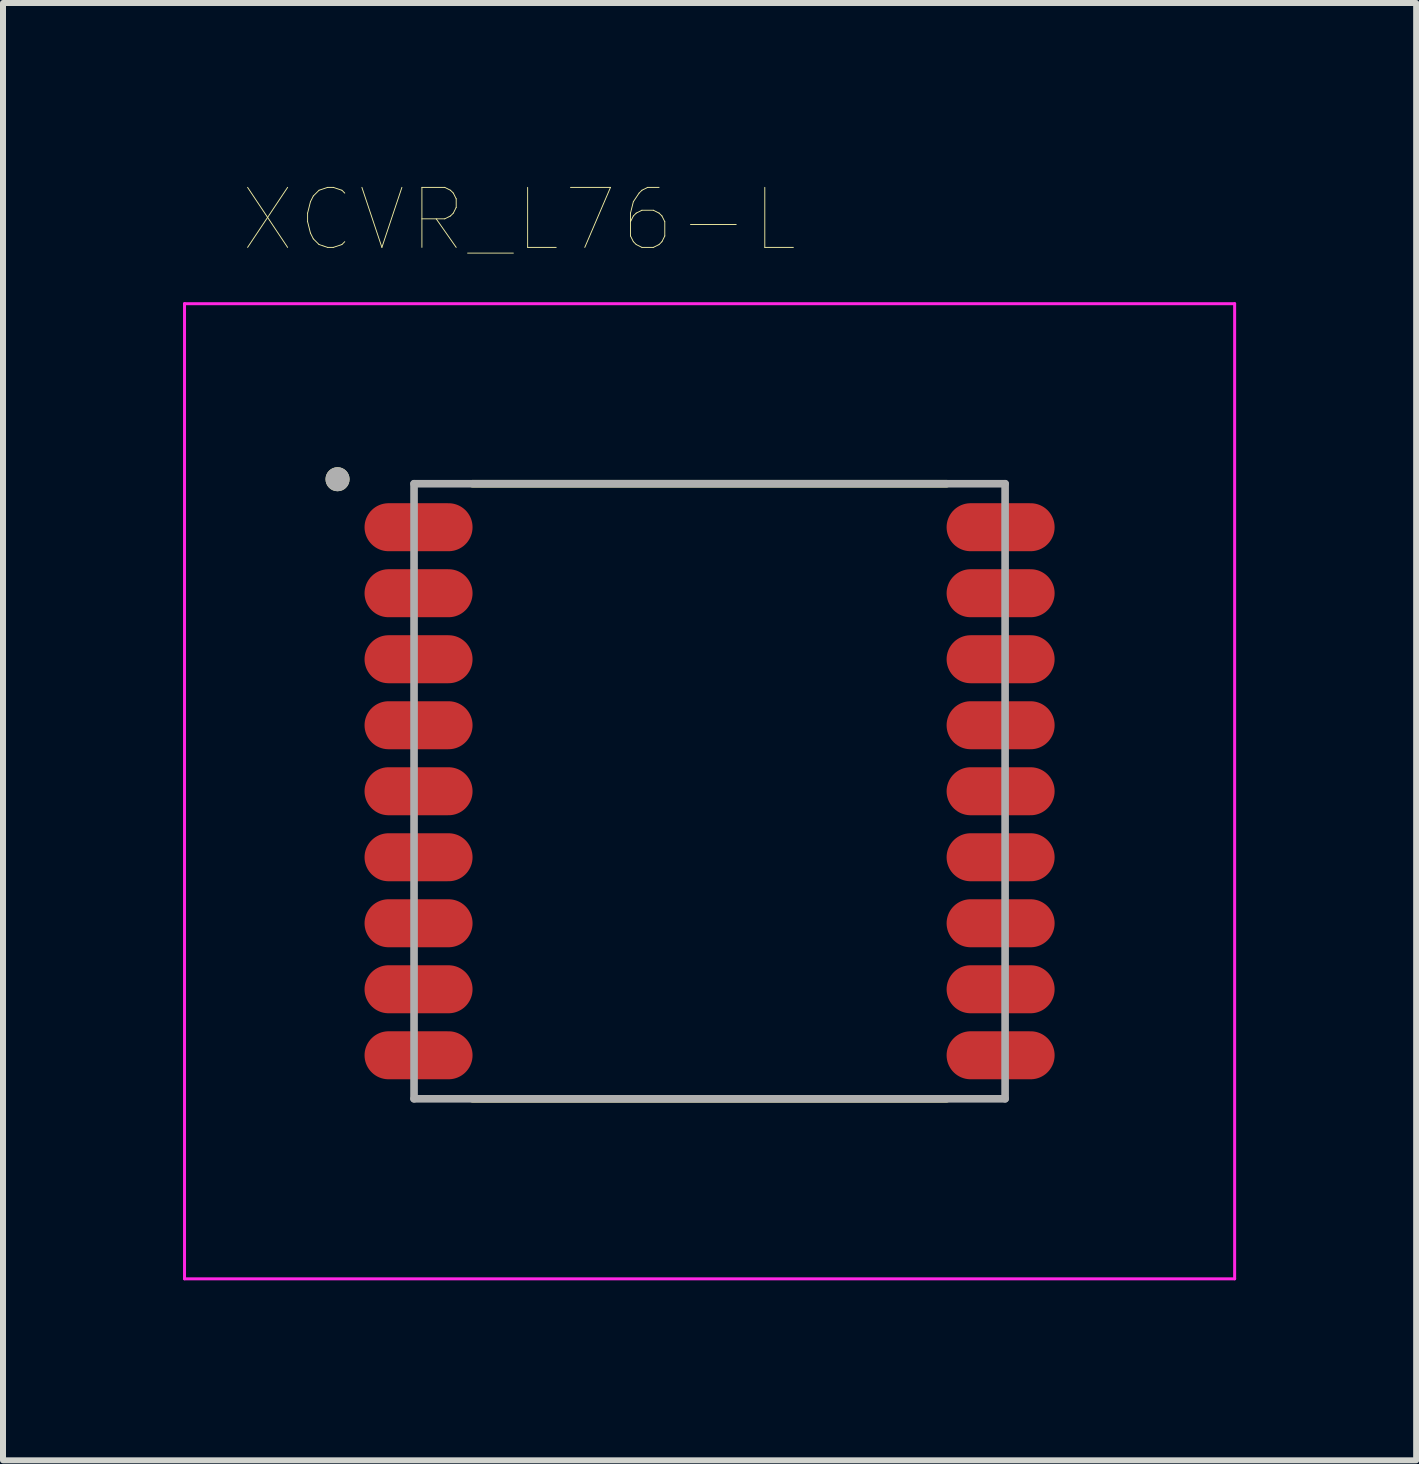
<source format=kicad_pcb>
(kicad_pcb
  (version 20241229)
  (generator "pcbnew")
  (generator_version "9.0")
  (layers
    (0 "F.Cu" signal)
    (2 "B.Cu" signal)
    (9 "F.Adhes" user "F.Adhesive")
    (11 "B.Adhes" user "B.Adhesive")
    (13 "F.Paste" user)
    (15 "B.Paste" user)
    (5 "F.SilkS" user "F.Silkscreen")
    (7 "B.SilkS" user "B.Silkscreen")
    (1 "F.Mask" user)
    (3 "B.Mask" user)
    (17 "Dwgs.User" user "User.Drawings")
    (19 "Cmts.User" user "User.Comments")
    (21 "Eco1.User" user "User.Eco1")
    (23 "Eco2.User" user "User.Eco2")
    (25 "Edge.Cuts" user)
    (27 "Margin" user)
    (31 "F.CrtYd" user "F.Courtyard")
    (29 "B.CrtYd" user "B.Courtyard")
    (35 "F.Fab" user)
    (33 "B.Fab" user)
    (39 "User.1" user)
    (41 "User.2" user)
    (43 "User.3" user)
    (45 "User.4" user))
  (footprint "XCVR_L76-L"
    (layer "F.Cu")
    (at 8.775 10.136)
    (property "Reference" "XCVR_L76-L" (at -3.175 -9.525 0) (layer "F.SilkS") (effects (font (size 1 1) (thickness 0.015))))
    (attr through_hole)
    (fp_line (start -3.95 -5.125) (end 3.95 -5.125) (stroke (width 0.127) (type solid)) (layer "F.SilkS"))
    (fp_line (start -3.95 5.125) (end 3.95 5.125) (stroke (width 0.127) (type solid)) (layer "F.SilkS"))
    (fp_circle (center -6.2 -5.2) (end -6.1 -5.2) (stroke (width 0.2) (type solid)) (fill no) (layer "F.SilkS"))
    (fp_poly (pts (xy -5.1 -4.8) (xy -4.45 -4.8) (xy -4.408 -4.798) (xy -4.367 -4.791) (xy -4.326 -4.78) (xy -4.287 -4.765) (xy -4.25 -4.746) (xy -4.215 -4.724) (xy -4.182 -4.697) (xy -4.153 -4.668) (xy -4.126 -4.635) (xy -4.104 -4.6) (xy -4.085 -4.563) (xy -4.07 -4.524) (xy -4.059 -4.483) (xy -4.052 -4.442) (xy -4.05 -4.4) (xy -4.052 -4.358) (xy -4.059 -4.317) (xy -4.07 -4.276) (xy -4.085 -4.237) (xy -4.104 -4.2) (xy -4.126 -4.165) (xy -4.153 -4.132) (xy -4.182 -4.103) (xy -4.215 -4.076) (xy -4.25 -4.054) (xy -4.287 -4.035) (xy -4.326 -4.02) (xy -4.367 -4.009) (xy -4.408 -4.002) (xy -4.45 -4) (xy -5.75 -4) (xy -5.792 -4.002) (xy -5.833 -4.009) (xy -5.874 -4.02) (xy -5.913 -4.035) (xy -5.95 -4.054) (xy -5.985 -4.076) (xy -6.018 -4.103) (xy -6.047 -4.132) (xy -6.074 -4.165) (xy -6.096 -4.2) (xy -6.115 -4.237) (xy -6.13 -4.276) (xy -6.141 -4.317) (xy -6.148 -4.358) (xy -6.15 -4.4) (xy -6.148 -4.442) (xy -6.141 -4.483) (xy -6.13 -4.524) (xy -6.115 -4.563) (xy -6.096 -4.6) (xy -6.074 -4.635) (xy -6.047 -4.668) (xy -6.018 -4.697) (xy -5.985 -4.724) (xy -5.95 -4.746) (xy -5.913 -4.765) (xy -5.874 -4.78) (xy -5.833 -4.791) (xy -5.792 -4.798) (xy -5.75 -4.8) (xy -5.1 -4.8)) (stroke (width 0.0001) (type solid)) (fill yes) (layer "F.Paste"))
    (fp_poly (pts (xy -5.1 -3.7) (xy -4.45 -3.7) (xy -4.408 -3.698) (xy -4.367 -3.691) (xy -4.326 -3.68) (xy -4.287 -3.665) (xy -4.25 -3.646) (xy -4.215 -3.624) (xy -4.182 -3.597) (xy -4.153 -3.568) (xy -4.126 -3.535) (xy -4.104 -3.5) (xy -4.085 -3.463) (xy -4.07 -3.424) (xy -4.059 -3.383) (xy -4.052 -3.342) (xy -4.05 -3.3) (xy -4.052 -3.258) (xy -4.059 -3.217) (xy -4.07 -3.176) (xy -4.085 -3.137) (xy -4.104 -3.1) (xy -4.126 -3.065) (xy -4.153 -3.032) (xy -4.182 -3.003) (xy -4.215 -2.976) (xy -4.25 -2.954) (xy -4.287 -2.935) (xy -4.326 -2.92) (xy -4.367 -2.909) (xy -4.408 -2.902) (xy -4.45 -2.9) (xy -5.75 -2.9) (xy -5.792 -2.902) (xy -5.833 -2.909) (xy -5.874 -2.92) (xy -5.913 -2.935) (xy -5.95 -2.954) (xy -5.985 -2.976) (xy -6.018 -3.003) (xy -6.047 -3.032) (xy -6.074 -3.065) (xy -6.096 -3.1) (xy -6.115 -3.137) (xy -6.13 -3.176) (xy -6.141 -3.217) (xy -6.148 -3.258) (xy -6.15 -3.3) (xy -6.148 -3.342) (xy -6.141 -3.383) (xy -6.13 -3.424) (xy -6.115 -3.463) (xy -6.096 -3.5) (xy -6.074 -3.535) (xy -6.047 -3.568) (xy -6.018 -3.597) (xy -5.985 -3.624) (xy -5.95 -3.646) (xy -5.913 -3.665) (xy -5.874 -3.68) (xy -5.833 -3.691) (xy -5.792 -3.698) (xy -5.75 -3.7) (xy -5.1 -3.7)) (stroke (width 0.0001) (type solid)) (fill yes) (layer "F.Paste"))
    (fp_poly (pts (xy -5.1 -2.6) (xy -4.45 -2.6) (xy -4.408 -2.598) (xy -4.367 -2.591) (xy -4.326 -2.58) (xy -4.287 -2.565) (xy -4.25 -2.546) (xy -4.215 -2.524) (xy -4.182 -2.497) (xy -4.153 -2.468) (xy -4.126 -2.435) (xy -4.104 -2.4) (xy -4.085 -2.363) (xy -4.07 -2.324) (xy -4.059 -2.283) (xy -4.052 -2.242) (xy -4.05 -2.2) (xy -4.052 -2.158) (xy -4.059 -2.117) (xy -4.07 -2.076) (xy -4.085 -2.037) (xy -4.104 -2) (xy -4.126 -1.965) (xy -4.153 -1.932) (xy -4.182 -1.903) (xy -4.215 -1.876) (xy -4.25 -1.854) (xy -4.287 -1.835) (xy -4.326 -1.82) (xy -4.367 -1.809) (xy -4.408 -1.802) (xy -4.45 -1.8) (xy -5.75 -1.8) (xy -5.792 -1.802) (xy -5.833 -1.809) (xy -5.874 -1.82) (xy -5.913 -1.835) (xy -5.95 -1.854) (xy -5.985 -1.876) (xy -6.018 -1.903) (xy -6.047 -1.932) (xy -6.074 -1.965) (xy -6.096 -2) (xy -6.115 -2.037) (xy -6.13 -2.076) (xy -6.141 -2.117) (xy -6.148 -2.158) (xy -6.15 -2.2) (xy -6.148 -2.242) (xy -6.141 -2.283) (xy -6.13 -2.324) (xy -6.115 -2.363) (xy -6.096 -2.4) (xy -6.074 -2.435) (xy -6.047 -2.468) (xy -6.018 -2.497) (xy -5.985 -2.524) (xy -5.95 -2.546) (xy -5.913 -2.565) (xy -5.874 -2.58) (xy -5.833 -2.591) (xy -5.792 -2.598) (xy -5.75 -2.6) (xy -5.1 -2.6)) (stroke (width 0.0001) (type solid)) (fill yes) (layer "F.Paste"))
    (fp_poly (pts (xy -5.1 -1.5) (xy -4.45 -1.5) (xy -4.408 -1.498) (xy -4.367 -1.491) (xy -4.326 -1.48) (xy -4.287 -1.465) (xy -4.25 -1.446) (xy -4.215 -1.424) (xy -4.182 -1.397) (xy -4.153 -1.368) (xy -4.126 -1.335) (xy -4.104 -1.3) (xy -4.085 -1.263) (xy -4.07 -1.224) (xy -4.059 -1.183) (xy -4.052 -1.142) (xy -4.05 -1.1) (xy -4.052 -1.058) (xy -4.059 -1.017) (xy -4.07 -0.976) (xy -4.085 -0.937) (xy -4.104 -0.9) (xy -4.126 -0.865) (xy -4.153 -0.832) (xy -4.182 -0.803) (xy -4.215 -0.776) (xy -4.25 -0.754) (xy -4.287 -0.735) (xy -4.326 -0.72) (xy -4.367 -0.709) (xy -4.408 -0.702) (xy -4.45 -0.7) (xy -5.75 -0.7) (xy -5.792 -0.702) (xy -5.833 -0.709) (xy -5.874 -0.72) (xy -5.913 -0.735) (xy -5.95 -0.754) (xy -5.985 -0.776) (xy -6.018 -0.803) (xy -6.047 -0.832) (xy -6.074 -0.865) (xy -6.096 -0.9) (xy -6.115 -0.937) (xy -6.13 -0.976) (xy -6.141 -1.017) (xy -6.148 -1.058) (xy -6.15 -1.1) (xy -6.148 -1.142) (xy -6.141 -1.183) (xy -6.13 -1.224) (xy -6.115 -1.263) (xy -6.096 -1.3) (xy -6.074 -1.335) (xy -6.047 -1.368) (xy -6.018 -1.397) (xy -5.985 -1.424) (xy -5.95 -1.446) (xy -5.913 -1.465) (xy -5.874 -1.48) (xy -5.833 -1.491) (xy -5.792 -1.498) (xy -5.75 -1.5) (xy -5.1 -1.5)) (stroke (width 0.0001) (type solid)) (fill yes) (layer "F.Paste"))
    (fp_poly (pts (xy -5.1 -0.4) (xy -4.45 -0.4) (xy -4.408 -0.398) (xy -4.367 -0.391) (xy -4.326 -0.38) (xy -4.287 -0.365) (xy -4.25 -0.346) (xy -4.215 -0.324) (xy -4.182 -0.297) (xy -4.153 -0.268) (xy -4.126 -0.235) (xy -4.104 -0.2) (xy -4.085 -0.163) (xy -4.07 -0.124) (xy -4.059 -0.083) (xy -4.052 -0.042) (xy -4.05 0) (xy -4.052 0.042) (xy -4.059 0.083) (xy -4.07 0.124) (xy -4.085 0.163) (xy -4.104 0.2) (xy -4.126 0.235) (xy -4.153 0.268) (xy -4.182 0.297) (xy -4.215 0.324) (xy -4.25 0.346) (xy -4.287 0.365) (xy -4.326 0.38) (xy -4.367 0.391) (xy -4.408 0.398) (xy -4.45 0.4) (xy -5.75 0.4) (xy -5.792 0.398) (xy -5.833 0.391) (xy -5.874 0.38) (xy -5.913 0.365) (xy -5.95 0.346) (xy -5.985 0.324) (xy -6.018 0.297) (xy -6.047 0.268) (xy -6.074 0.235) (xy -6.096 0.2) (xy -6.115 0.163) (xy -6.13 0.124) (xy -6.141 0.083) (xy -6.148 0.042) (xy -6.15 0) (xy -6.148 -0.042) (xy -6.141 -0.083) (xy -6.13 -0.124) (xy -6.115 -0.163) (xy -6.096 -0.2) (xy -6.074 -0.235) (xy -6.047 -0.268) (xy -6.018 -0.297) (xy -5.985 -0.324) (xy -5.95 -0.346) (xy -5.913 -0.365) (xy -5.874 -0.38) (xy -5.833 -0.391) (xy -5.792 -0.398) (xy -5.75 -0.4) (xy -5.1 -0.4)) (stroke (width 0.0001) (type solid)) (fill yes) (layer "F.Paste"))
    (fp_poly (pts (xy -5.1 0.7) (xy -4.45 0.7) (xy -4.408 0.702) (xy -4.367 0.709) (xy -4.326 0.72) (xy -4.287 0.735) (xy -4.25 0.754) (xy -4.215 0.776) (xy -4.182 0.803) (xy -4.153 0.832) (xy -4.126 0.865) (xy -4.104 0.9) (xy -4.085 0.937) (xy -4.07 0.976) (xy -4.059 1.017) (xy -4.052 1.058) (xy -4.05 1.1) (xy -4.052 1.142) (xy -4.059 1.183) (xy -4.07 1.224) (xy -4.085 1.263) (xy -4.104 1.3) (xy -4.126 1.335) (xy -4.153 1.368) (xy -4.182 1.397) (xy -4.215 1.424) (xy -4.25 1.446) (xy -4.287 1.465) (xy -4.326 1.48) (xy -4.367 1.491) (xy -4.408 1.498) (xy -4.45 1.5) (xy -5.75 1.5) (xy -5.792 1.498) (xy -5.833 1.491) (xy -5.874 1.48) (xy -5.913 1.465) (xy -5.95 1.446) (xy -5.985 1.424) (xy -6.018 1.397) (xy -6.047 1.368) (xy -6.074 1.335) (xy -6.096 1.3) (xy -6.115 1.263) (xy -6.13 1.224) (xy -6.141 1.183) (xy -6.148 1.142) (xy -6.15 1.1) (xy -6.148 1.058) (xy -6.141 1.017) (xy -6.13 0.976) (xy -6.115 0.937) (xy -6.096 0.9) (xy -6.074 0.865) (xy -6.047 0.832) (xy -6.018 0.803) (xy -5.985 0.776) (xy -5.95 0.754) (xy -5.913 0.735) (xy -5.874 0.72) (xy -5.833 0.709) (xy -5.792 0.702) (xy -5.75 0.7) (xy -5.1 0.7)) (stroke (width 0.0001) (type solid)) (fill yes) (layer "F.Paste"))
    (fp_poly (pts (xy -5.1 1.8) (xy -4.45 1.8) (xy -4.408 1.802) (xy -4.367 1.809) (xy -4.326 1.82) (xy -4.287 1.835) (xy -4.25 1.854) (xy -4.215 1.876) (xy -4.182 1.903) (xy -4.153 1.932) (xy -4.126 1.965) (xy -4.104 2) (xy -4.085 2.037) (xy -4.07 2.076) (xy -4.059 2.117) (xy -4.052 2.158) (xy -4.05 2.2) (xy -4.052 2.242) (xy -4.059 2.283) (xy -4.07 2.324) (xy -4.085 2.363) (xy -4.104 2.4) (xy -4.126 2.435) (xy -4.153 2.468) (xy -4.182 2.497) (xy -4.215 2.524) (xy -4.25 2.546) (xy -4.287 2.565) (xy -4.326 2.58) (xy -4.367 2.591) (xy -4.408 2.598) (xy -4.45 2.6) (xy -5.75 2.6) (xy -5.792 2.598) (xy -5.833 2.591) (xy -5.874 2.58) (xy -5.913 2.565) (xy -5.95 2.546) (xy -5.985 2.524) (xy -6.018 2.497) (xy -6.047 2.468) (xy -6.074 2.435) (xy -6.096 2.4) (xy -6.115 2.363) (xy -6.13 2.324) (xy -6.141 2.283) (xy -6.148 2.242) (xy -6.15 2.2) (xy -6.148 2.158) (xy -6.141 2.117) (xy -6.13 2.076) (xy -6.115 2.037) (xy -6.096 2) (xy -6.074 1.965) (xy -6.047 1.932) (xy -6.018 1.903) (xy -5.985 1.876) (xy -5.95 1.854) (xy -5.913 1.835) (xy -5.874 1.82) (xy -5.833 1.809) (xy -5.792 1.802) (xy -5.75 1.8) (xy -5.1 1.8)) (stroke (width 0.0001) (type solid)) (fill yes) (layer "F.Paste"))
    (fp_poly (pts (xy -5.1 2.9) (xy -4.45 2.9) (xy -4.408 2.902) (xy -4.367 2.909) (xy -4.326 2.92) (xy -4.287 2.935) (xy -4.25 2.954) (xy -4.215 2.976) (xy -4.182 3.003) (xy -4.153 3.032) (xy -4.126 3.065) (xy -4.104 3.1) (xy -4.085 3.137) (xy -4.07 3.176) (xy -4.059 3.217) (xy -4.052 3.258) (xy -4.05 3.3) (xy -4.052 3.342) (xy -4.059 3.383) (xy -4.07 3.424) (xy -4.085 3.463) (xy -4.104 3.5) (xy -4.126 3.535) (xy -4.153 3.568) (xy -4.182 3.597) (xy -4.215 3.624) (xy -4.25 3.646) (xy -4.287 3.665) (xy -4.326 3.68) (xy -4.367 3.691) (xy -4.408 3.698) (xy -4.45 3.7) (xy -5.75 3.7) (xy -5.792 3.698) (xy -5.833 3.691) (xy -5.874 3.68) (xy -5.913 3.665) (xy -5.95 3.646) (xy -5.985 3.624) (xy -6.018 3.597) (xy -6.047 3.568) (xy -6.074 3.535) (xy -6.096 3.5) (xy -6.115 3.463) (xy -6.13 3.424) (xy -6.141 3.383) (xy -6.148 3.342) (xy -6.15 3.3) (xy -6.148 3.258) (xy -6.141 3.217) (xy -6.13 3.176) (xy -6.115 3.137) (xy -6.096 3.1) (xy -6.074 3.065) (xy -6.047 3.032) (xy -6.018 3.003) (xy -5.985 2.976) (xy -5.95 2.954) (xy -5.913 2.935) (xy -5.874 2.92) (xy -5.833 2.909) (xy -5.792 2.902) (xy -5.75 2.9) (xy -5.1 2.9)) (stroke (width 0.0001) (type solid)) (fill yes) (layer "F.Paste"))
    (fp_poly (pts (xy -5.1 4) (xy -4.45 4) (xy -4.408 4.002) (xy -4.367 4.009) (xy -4.326 4.02) (xy -4.287 4.035) (xy -4.25 4.054) (xy -4.215 4.076) (xy -4.182 4.103) (xy -4.153 4.132) (xy -4.126 4.165) (xy -4.104 4.2) (xy -4.085 4.237) (xy -4.07 4.276) (xy -4.059 4.317) (xy -4.052 4.358) (xy -4.05 4.4) (xy -4.052 4.442) (xy -4.059 4.483) (xy -4.07 4.524) (xy -4.085 4.563) (xy -4.104 4.6) (xy -4.126 4.635) (xy -4.153 4.668) (xy -4.182 4.697) (xy -4.215 4.724) (xy -4.25 4.746) (xy -4.287 4.765) (xy -4.326 4.78) (xy -4.367 4.791) (xy -4.408 4.798) (xy -4.45 4.8) (xy -5.75 4.8) (xy -5.792 4.798) (xy -5.833 4.791) (xy -5.874 4.78) (xy -5.913 4.765) (xy -5.95 4.746) (xy -5.985 4.724) (xy -6.018 4.697) (xy -6.047 4.668) (xy -6.074 4.635) (xy -6.096 4.6) (xy -6.115 4.563) (xy -6.13 4.524) (xy -6.141 4.483) (xy -6.148 4.442) (xy -6.15 4.4) (xy -6.148 4.358) (xy -6.141 4.317) (xy -6.13 4.276) (xy -6.115 4.237) (xy -6.096 4.2) (xy -6.074 4.165) (xy -6.047 4.132) (xy -6.018 4.103) (xy -5.985 4.076) (xy -5.95 4.054) (xy -5.913 4.035) (xy -5.874 4.02) (xy -5.833 4.009) (xy -5.792 4.002) (xy -5.75 4) (xy -5.1 4)) (stroke (width 0.0001) (type solid)) (fill yes) (layer "F.Paste"))
    (fp_poly (pts (xy 5.1 -4.8) (xy 5.75 -4.8) (xy 5.792 -4.798) (xy 5.833 -4.791) (xy 5.874 -4.78) (xy 5.913 -4.765) (xy 5.95 -4.746) (xy 5.985 -4.724) (xy 6.018 -4.697) (xy 6.047 -4.668) (xy 6.074 -4.635) (xy 6.096 -4.6) (xy 6.115 -4.563) (xy 6.13 -4.524) (xy 6.141 -4.483) (xy 6.148 -4.442) (xy 6.15 -4.4) (xy 6.148 -4.358) (xy 6.141 -4.317) (xy 6.13 -4.276) (xy 6.115 -4.237) (xy 6.096 -4.2) (xy 6.074 -4.165) (xy 6.047 -4.132) (xy 6.018 -4.103) (xy 5.985 -4.076) (xy 5.95 -4.054) (xy 5.913 -4.035) (xy 5.874 -4.02) (xy 5.833 -4.009) (xy 5.792 -4.002) (xy 5.75 -4) (xy 4.45 -4) (xy 4.408 -4.002) (xy 4.367 -4.009) (xy 4.326 -4.02) (xy 4.287 -4.035) (xy 4.25 -4.054) (xy 4.215 -4.076) (xy 4.182 -4.103) (xy 4.153 -4.132) (xy 4.126 -4.165) (xy 4.104 -4.2) (xy 4.085 -4.237) (xy 4.07 -4.276) (xy 4.059 -4.317) (xy 4.052 -4.358) (xy 4.05 -4.4) (xy 4.052 -4.442) (xy 4.059 -4.483) (xy 4.07 -4.524) (xy 4.085 -4.563) (xy 4.104 -4.6) (xy 4.126 -4.635) (xy 4.153 -4.668) (xy 4.182 -4.697) (xy 4.215 -4.724) (xy 4.25 -4.746) (xy 4.287 -4.765) (xy 4.326 -4.78) (xy 4.367 -4.791) (xy 4.408 -4.798) (xy 4.45 -4.8) (xy 5.1 -4.8)) (stroke (width 0.0001) (type solid)) (fill yes) (layer "F.Paste"))
    (fp_poly (pts (xy 5.1 -3.7) (xy 5.75 -3.7) (xy 5.792 -3.698) (xy 5.833 -3.691) (xy 5.874 -3.68) (xy 5.913 -3.665) (xy 5.95 -3.646) (xy 5.985 -3.624) (xy 6.018 -3.597) (xy 6.047 -3.568) (xy 6.074 -3.535) (xy 6.096 -3.5) (xy 6.115 -3.463) (xy 6.13 -3.424) (xy 6.141 -3.383) (xy 6.148 -3.342) (xy 6.15 -3.3) (xy 6.148 -3.258) (xy 6.141 -3.217) (xy 6.13 -3.176) (xy 6.115 -3.137) (xy 6.096 -3.1) (xy 6.074 -3.065) (xy 6.047 -3.032) (xy 6.018 -3.003) (xy 5.985 -2.976) (xy 5.95 -2.954) (xy 5.913 -2.935) (xy 5.874 -2.92) (xy 5.833 -2.909) (xy 5.792 -2.902) (xy 5.75 -2.9) (xy 4.45 -2.9) (xy 4.408 -2.902) (xy 4.367 -2.909) (xy 4.326 -2.92) (xy 4.287 -2.935) (xy 4.25 -2.954) (xy 4.215 -2.976) (xy 4.182 -3.003) (xy 4.153 -3.032) (xy 4.126 -3.065) (xy 4.104 -3.1) (xy 4.085 -3.137) (xy 4.07 -3.176) (xy 4.059 -3.217) (xy 4.052 -3.258) (xy 4.05 -3.3) (xy 4.052 -3.342) (xy 4.059 -3.383) (xy 4.07 -3.424) (xy 4.085 -3.463) (xy 4.104 -3.5) (xy 4.126 -3.535) (xy 4.153 -3.568) (xy 4.182 -3.597) (xy 4.215 -3.624) (xy 4.25 -3.646) (xy 4.287 -3.665) (xy 4.326 -3.68) (xy 4.367 -3.691) (xy 4.408 -3.698) (xy 4.45 -3.7) (xy 5.1 -3.7)) (stroke (width 0.0001) (type solid)) (fill yes) (layer "F.Paste"))
    (fp_poly (pts (xy 5.1 -2.6) (xy 5.75 -2.6) (xy 5.792 -2.598) (xy 5.833 -2.591) (xy 5.874 -2.58) (xy 5.913 -2.565) (xy 5.95 -2.546) (xy 5.985 -2.524) (xy 6.018 -2.497) (xy 6.047 -2.468) (xy 6.074 -2.435) (xy 6.096 -2.4) (xy 6.115 -2.363) (xy 6.13 -2.324) (xy 6.141 -2.283) (xy 6.148 -2.242) (xy 6.15 -2.2) (xy 6.148 -2.158) (xy 6.141 -2.117) (xy 6.13 -2.076) (xy 6.115 -2.037) (xy 6.096 -2) (xy 6.074 -1.965) (xy 6.047 -1.932) (xy 6.018 -1.903) (xy 5.985 -1.876) (xy 5.95 -1.854) (xy 5.913 -1.835) (xy 5.874 -1.82) (xy 5.833 -1.809) (xy 5.792 -1.802) (xy 5.75 -1.8) (xy 4.45 -1.8) (xy 4.408 -1.802) (xy 4.367 -1.809) (xy 4.326 -1.82) (xy 4.287 -1.835) (xy 4.25 -1.854) (xy 4.215 -1.876) (xy 4.182 -1.903) (xy 4.153 -1.932) (xy 4.126 -1.965) (xy 4.104 -2) (xy 4.085 -2.037) (xy 4.07 -2.076) (xy 4.059 -2.117) (xy 4.052 -2.158) (xy 4.05 -2.2) (xy 4.052 -2.242) (xy 4.059 -2.283) (xy 4.07 -2.324) (xy 4.085 -2.363) (xy 4.104 -2.4) (xy 4.126 -2.435) (xy 4.153 -2.468) (xy 4.182 -2.497) (xy 4.215 -2.524) (xy 4.25 -2.546) (xy 4.287 -2.565) (xy 4.326 -2.58) (xy 4.367 -2.591) (xy 4.408 -2.598) (xy 4.45 -2.6) (xy 5.1 -2.6)) (stroke (width 0.0001) (type solid)) (fill yes) (layer "F.Paste"))
    (fp_poly (pts (xy 5.1 -1.5) (xy 5.75 -1.5) (xy 5.792 -1.498) (xy 5.833 -1.491) (xy 5.874 -1.48) (xy 5.913 -1.465) (xy 5.95 -1.446) (xy 5.985 -1.424) (xy 6.018 -1.397) (xy 6.047 -1.368) (xy 6.074 -1.335) (xy 6.096 -1.3) (xy 6.115 -1.263) (xy 6.13 -1.224) (xy 6.141 -1.183) (xy 6.148 -1.142) (xy 6.15 -1.1) (xy 6.148 -1.058) (xy 6.141 -1.017) (xy 6.13 -0.976) (xy 6.115 -0.937) (xy 6.096 -0.9) (xy 6.074 -0.865) (xy 6.047 -0.832) (xy 6.018 -0.803) (xy 5.985 -0.776) (xy 5.95 -0.754) (xy 5.913 -0.735) (xy 5.874 -0.72) (xy 5.833 -0.709) (xy 5.792 -0.702) (xy 5.75 -0.7) (xy 4.45 -0.7) (xy 4.408 -0.702) (xy 4.367 -0.709) (xy 4.326 -0.72) (xy 4.287 -0.735) (xy 4.25 -0.754) (xy 4.215 -0.776) (xy 4.182 -0.803) (xy 4.153 -0.832) (xy 4.126 -0.865) (xy 4.104 -0.9) (xy 4.085 -0.937) (xy 4.07 -0.976) (xy 4.059 -1.017) (xy 4.052 -1.058) (xy 4.05 -1.1) (xy 4.052 -1.142) (xy 4.059 -1.183) (xy 4.07 -1.224) (xy 4.085 -1.263) (xy 4.104 -1.3) (xy 4.126 -1.335) (xy 4.153 -1.368) (xy 4.182 -1.397) (xy 4.215 -1.424) (xy 4.25 -1.446) (xy 4.287 -1.465) (xy 4.326 -1.48) (xy 4.367 -1.491) (xy 4.408 -1.498) (xy 4.45 -1.5) (xy 5.1 -1.5)) (stroke (width 0.0001) (type solid)) (fill yes) (layer "F.Paste"))
    (fp_poly (pts (xy 5.1 -0.4) (xy 5.75 -0.4) (xy 5.792 -0.398) (xy 5.833 -0.391) (xy 5.874 -0.38) (xy 5.913 -0.365) (xy 5.95 -0.346) (xy 5.985 -0.324) (xy 6.018 -0.297) (xy 6.047 -0.268) (xy 6.074 -0.235) (xy 6.096 -0.2) (xy 6.115 -0.163) (xy 6.13 -0.124) (xy 6.141 -0.083) (xy 6.148 -0.042) (xy 6.15 0) (xy 6.148 0.042) (xy 6.141 0.083) (xy 6.13 0.124) (xy 6.115 0.163) (xy 6.096 0.2) (xy 6.074 0.235) (xy 6.047 0.268) (xy 6.018 0.297) (xy 5.985 0.324) (xy 5.95 0.346) (xy 5.913 0.365) (xy 5.874 0.38) (xy 5.833 0.391) (xy 5.792 0.398) (xy 5.75 0.4) (xy 4.45 0.4) (xy 4.408 0.398) (xy 4.367 0.391) (xy 4.326 0.38) (xy 4.287 0.365) (xy 4.25 0.346) (xy 4.215 0.324) (xy 4.182 0.297) (xy 4.153 0.268) (xy 4.126 0.235) (xy 4.104 0.2) (xy 4.085 0.163) (xy 4.07 0.124) (xy 4.059 0.083) (xy 4.052 0.042) (xy 4.05 0) (xy 4.052 -0.042) (xy 4.059 -0.083) (xy 4.07 -0.124) (xy 4.085 -0.163) (xy 4.104 -0.2) (xy 4.126 -0.235) (xy 4.153 -0.268) (xy 4.182 -0.297) (xy 4.215 -0.324) (xy 4.25 -0.346) (xy 4.287 -0.365) (xy 4.326 -0.38) (xy 4.367 -0.391) (xy 4.408 -0.398) (xy 4.45 -0.4) (xy 5.1 -0.4)) (stroke (width 0.0001) (type solid)) (fill yes) (layer "F.Paste"))
    (fp_poly (pts (xy 5.1 0.7) (xy 5.75 0.7) (xy 5.792 0.702) (xy 5.833 0.709) (xy 5.874 0.72) (xy 5.913 0.735) (xy 5.95 0.754) (xy 5.985 0.776) (xy 6.018 0.803) (xy 6.047 0.832) (xy 6.074 0.865) (xy 6.096 0.9) (xy 6.115 0.937) (xy 6.13 0.976) (xy 6.141 1.017) (xy 6.148 1.058) (xy 6.15 1.1) (xy 6.148 1.142) (xy 6.141 1.183) (xy 6.13 1.224) (xy 6.115 1.263) (xy 6.096 1.3) (xy 6.074 1.335) (xy 6.047 1.368) (xy 6.018 1.397) (xy 5.985 1.424) (xy 5.95 1.446) (xy 5.913 1.465) (xy 5.874 1.48) (xy 5.833 1.491) (xy 5.792 1.498) (xy 5.75 1.5) (xy 4.45 1.5) (xy 4.408 1.498) (xy 4.367 1.491) (xy 4.326 1.48) (xy 4.287 1.465) (xy 4.25 1.446) (xy 4.215 1.424) (xy 4.182 1.397) (xy 4.153 1.368) (xy 4.126 1.335) (xy 4.104 1.3) (xy 4.085 1.263) (xy 4.07 1.224) (xy 4.059 1.183) (xy 4.052 1.142) (xy 4.05 1.1) (xy 4.052 1.058) (xy 4.059 1.017) (xy 4.07 0.976) (xy 4.085 0.937) (xy 4.104 0.9) (xy 4.126 0.865) (xy 4.153 0.832) (xy 4.182 0.803) (xy 4.215 0.776) (xy 4.25 0.754) (xy 4.287 0.735) (xy 4.326 0.72) (xy 4.367 0.709) (xy 4.408 0.702) (xy 4.45 0.7) (xy 5.1 0.7)) (stroke (width 0.0001) (type solid)) (fill yes) (layer "F.Paste"))
    (fp_poly (pts (xy 5.1 1.8) (xy 5.75 1.8) (xy 5.792 1.802) (xy 5.833 1.809) (xy 5.874 1.82) (xy 5.913 1.835) (xy 5.95 1.854) (xy 5.985 1.876) (xy 6.018 1.903) (xy 6.047 1.932) (xy 6.074 1.965) (xy 6.096 2) (xy 6.115 2.037) (xy 6.13 2.076) (xy 6.141 2.117) (xy 6.148 2.158) (xy 6.15 2.2) (xy 6.148 2.242) (xy 6.141 2.283) (xy 6.13 2.324) (xy 6.115 2.363) (xy 6.096 2.4) (xy 6.074 2.435) (xy 6.047 2.468) (xy 6.018 2.497) (xy 5.985 2.524) (xy 5.95 2.546) (xy 5.913 2.565) (xy 5.874 2.58) (xy 5.833 2.591) (xy 5.792 2.598) (xy 5.75 2.6) (xy 4.45 2.6) (xy 4.408 2.598) (xy 4.367 2.591) (xy 4.326 2.58) (xy 4.287 2.565) (xy 4.25 2.546) (xy 4.215 2.524) (xy 4.182 2.497) (xy 4.153 2.468) (xy 4.126 2.435) (xy 4.104 2.4) (xy 4.085 2.363) (xy 4.07 2.324) (xy 4.059 2.283) (xy 4.052 2.242) (xy 4.05 2.2) (xy 4.052 2.158) (xy 4.059 2.117) (xy 4.07 2.076) (xy 4.085 2.037) (xy 4.104 2) (xy 4.126 1.965) (xy 4.153 1.932) (xy 4.182 1.903) (xy 4.215 1.876) (xy 4.25 1.854) (xy 4.287 1.835) (xy 4.326 1.82) (xy 4.367 1.809) (xy 4.408 1.802) (xy 4.45 1.8) (xy 5.1 1.8)) (stroke (width 0.0001) (type solid)) (fill yes) (layer "F.Paste"))
    (fp_poly (pts (xy 5.1 2.9) (xy 5.75 2.9) (xy 5.792 2.902) (xy 5.833 2.909) (xy 5.874 2.92) (xy 5.913 2.935) (xy 5.95 2.954) (xy 5.985 2.976) (xy 6.018 3.003) (xy 6.047 3.032) (xy 6.074 3.065) (xy 6.096 3.1) (xy 6.115 3.137) (xy 6.13 3.176) (xy 6.141 3.217) (xy 6.148 3.258) (xy 6.15 3.3) (xy 6.148 3.342) (xy 6.141 3.383) (xy 6.13 3.424) (xy 6.115 3.463) (xy 6.096 3.5) (xy 6.074 3.535) (xy 6.047 3.568) (xy 6.018 3.597) (xy 5.985 3.624) (xy 5.95 3.646) (xy 5.913 3.665) (xy 5.874 3.68) (xy 5.833 3.691) (xy 5.792 3.698) (xy 5.75 3.7) (xy 4.45 3.7) (xy 4.408 3.698) (xy 4.367 3.691) (xy 4.326 3.68) (xy 4.287 3.665) (xy 4.25 3.646) (xy 4.215 3.624) (xy 4.182 3.597) (xy 4.153 3.568) (xy 4.126 3.535) (xy 4.104 3.5) (xy 4.085 3.463) (xy 4.07 3.424) (xy 4.059 3.383) (xy 4.052 3.342) (xy 4.05 3.3) (xy 4.052 3.258) (xy 4.059 3.217) (xy 4.07 3.176) (xy 4.085 3.137) (xy 4.104 3.1) (xy 4.126 3.065) (xy 4.153 3.032) (xy 4.182 3.003) (xy 4.215 2.976) (xy 4.25 2.954) (xy 4.287 2.935) (xy 4.326 2.92) (xy 4.367 2.909) (xy 4.408 2.902) (xy 4.45 2.9) (xy 5.1 2.9)) (stroke (width 0.0001) (type solid)) (fill yes) (layer "F.Paste"))
    (fp_poly (pts (xy 5.1 4) (xy 5.75 4) (xy 5.792 4.002) (xy 5.833 4.009) (xy 5.874 4.02) (xy 5.913 4.035) (xy 5.95 4.054) (xy 5.985 4.076) (xy 6.018 4.103) (xy 6.047 4.132) (xy 6.074 4.165) (xy 6.096 4.2) (xy 6.115 4.237) (xy 6.13 4.276) (xy 6.141 4.317) (xy 6.148 4.358) (xy 6.15 4.4) (xy 6.148 4.442) (xy 6.141 4.483) (xy 6.13 4.524) (xy 6.115 4.563) (xy 6.096 4.6) (xy 6.074 4.635) (xy 6.047 4.668) (xy 6.018 4.697) (xy 5.985 4.724) (xy 5.95 4.746) (xy 5.913 4.765) (xy 5.874 4.78) (xy 5.833 4.791) (xy 5.792 4.798) (xy 5.75 4.8) (xy 4.45 4.8) (xy 4.408 4.798) (xy 4.367 4.791) (xy 4.326 4.78) (xy 4.287 4.765) (xy 4.25 4.746) (xy 4.215 4.724) (xy 4.182 4.697) (xy 4.153 4.668) (xy 4.126 4.635) (xy 4.104 4.6) (xy 4.085 4.563) (xy 4.07 4.524) (xy 4.059 4.483) (xy 4.052 4.442) (xy 4.05 4.4) (xy 4.052 4.358) (xy 4.059 4.317) (xy 4.07 4.276) (xy 4.085 4.237) (xy 4.104 4.2) (xy 4.126 4.165) (xy 4.153 4.132) (xy 4.182 4.103) (xy 4.215 4.076) (xy 4.25 4.054) (xy 4.287 4.035) (xy 4.326 4.02) (xy 4.367 4.009) (xy 4.408 4.002) (xy 4.45 4) (xy 5.1 4)) (stroke (width 0.0001) (type solid)) (fill yes) (layer "F.Paste"))
    (fp_line (start -8.75 -8.125) (end 8.75 -8.125) (stroke (width 0.05) (type solid)) (layer "F.CrtYd"))
    (fp_line (start -8.75 8.125) (end -8.75 -8.125) (stroke (width 0.05) (type solid)) (layer "F.CrtYd"))
    (fp_line (start 8.75 -8.125) (end 8.75 8.125) (stroke (width 0.05) (type solid)) (layer "F.CrtYd"))
    (fp_line (start 8.75 8.125) (end -8.75 8.125) (stroke (width 0.05) (type solid)) (layer "F.CrtYd"))
    (fp_line (start -4.925 -5.125) (end -4.925 5.125) (stroke (width 0.127) (type solid)) (layer "F.Fab"))
    (fp_line (start -4.925 5.125) (end 4.925 5.125) (stroke (width 0.127) (type solid)) (layer "F.Fab"))
    (fp_line (start 4.925 -5.125) (end -4.925 -5.125) (stroke (width 0.127) (type solid)) (layer "F.Fab"))
    (fp_line (start 4.925 5.125) (end 4.925 -5.125) (stroke (width 0.127) (type solid)) (layer "F.Fab"))
    (fp_circle (center -6.2 -5.2) (end -6.1 -5.2) (stroke (width 0.2) (type solid)) (fill no) (layer "F.Fab"))
    (pad "1" smd oval (at -4.85 -4.4) (size 1.8 0.8) (layers "F.Cu" "F.Mask"))
    (pad "2" smd oval (at -4.85 -3.3) (size 1.8 0.8) (layers "F.Cu" "F.Mask"))
    (pad "3" smd oval (at -4.85 -2.2) (size 1.8 0.8) (layers "F.Cu" "F.Mask"))
    (pad "4" smd oval (at -4.85 -1.1) (size 1.8 0.8) (layers "F.Cu" "F.Mask"))
    (pad "5" smd oval (at -4.85 0) (size 1.8 0.8) (layers "F.Cu" "F.Mask"))
    (pad "6" smd oval (at -4.85 1.1) (size 1.8 0.8) (layers "F.Cu" "F.Mask"))
    (pad "7" smd oval (at -4.85 2.2) (size 1.8 0.8) (layers "F.Cu" "F.Mask"))
    (pad "8" smd oval (at -4.85 3.3) (size 1.8 0.8) (layers "F.Cu" "F.Mask"))
    (pad "9" smd oval (at -4.85 4.4) (size 1.8 0.8) (layers "F.Cu" "F.Mask"))
    (pad "10" smd oval (at 4.85 4.4) (size 1.8 0.8) (layers "F.Cu" "F.Mask"))
    (pad "11" smd oval (at 4.85 3.3) (size 1.8 0.8) (layers "F.Cu" "F.Mask"))
    (pad "12" smd oval (at 4.85 2.2) (size 1.8 0.8) (layers "F.Cu" "F.Mask"))
    (pad "13" smd oval (at 4.85 1.1) (size 1.8 0.8) (layers "F.Cu" "F.Mask"))
    (pad "14" smd oval (at 4.85 0) (size 1.8 0.8) (layers "F.Cu" "F.Mask"))
    (pad "15" smd oval (at 4.85 -1.1) (size 1.8 0.8) (layers "F.Cu" "F.Mask"))
    (pad "16" smd oval (at 4.85 -2.2) (size 1.8 0.8) (layers "F.Cu" "F.Mask"))
    (pad "17" smd oval (at 4.85 -3.3) (size 1.8 0.8) (layers "F.Cu" "F.Mask"))
    (pad "18" smd oval (at 4.85 -4.4) (size 1.8 0.8) (layers "F.Cu" "F.Mask")))
  (gr_rect
    (start -3 -3)
    (end 20.55 21.286)
    (stroke (width 0.1) (type default))
    (fill no)
    (layer "Edge.Cuts")))
</source>
